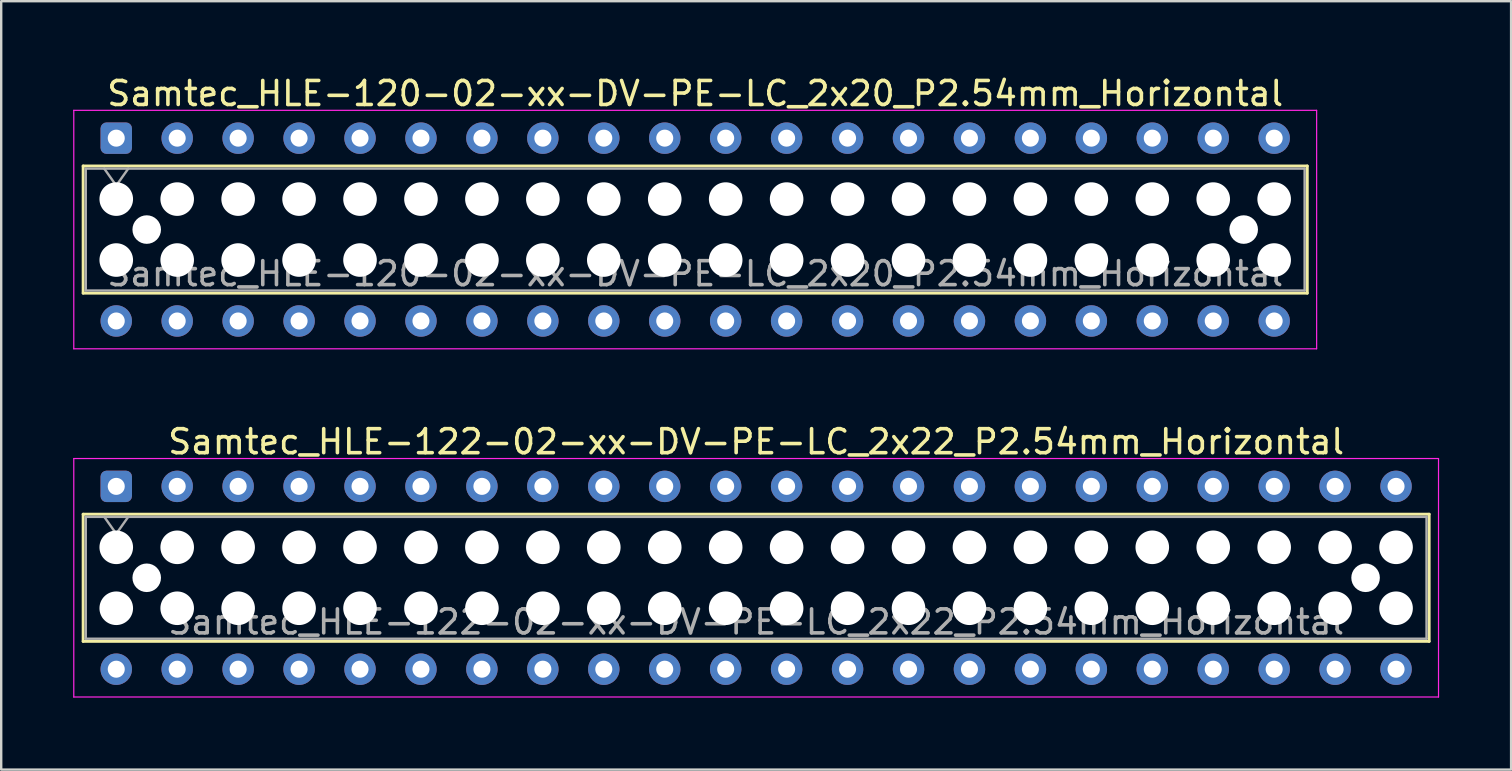
<source format=kicad_pcb>
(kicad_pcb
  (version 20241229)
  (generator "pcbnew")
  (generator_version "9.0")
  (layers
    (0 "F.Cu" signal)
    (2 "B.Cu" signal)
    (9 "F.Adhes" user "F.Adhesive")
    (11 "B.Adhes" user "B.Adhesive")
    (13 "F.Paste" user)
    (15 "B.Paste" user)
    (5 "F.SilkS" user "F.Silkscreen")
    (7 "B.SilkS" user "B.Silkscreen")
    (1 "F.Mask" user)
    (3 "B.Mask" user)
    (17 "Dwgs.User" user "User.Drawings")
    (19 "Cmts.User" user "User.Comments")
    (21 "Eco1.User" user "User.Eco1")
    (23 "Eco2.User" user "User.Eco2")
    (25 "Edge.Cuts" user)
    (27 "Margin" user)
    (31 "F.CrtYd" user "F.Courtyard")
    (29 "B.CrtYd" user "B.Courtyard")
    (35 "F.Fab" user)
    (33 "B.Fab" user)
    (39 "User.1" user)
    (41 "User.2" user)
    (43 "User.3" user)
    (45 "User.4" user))
  (footprint "Samtec_HLE-122-02-xx-DV-PE-LC_2x22_P2.54mm_Horizontal"
    (layer "F.Cu")
    (at 1.795 17.221)
    (property "Reference" "Samtec_HLE-122-02-xx-DV-PE-LC_2x22_P2.54mm_Horizontal" (at 26.67 -1.86 0) (layer "F.SilkS") (effects (font (size 1 1) (thickness 0.15))))
    (attr through_hole)
    (fp_line (start -1.38 1.16) (end 54.72 1.16) (stroke (width 0.12) (type solid)) (layer "F.SilkS"))
    (fp_line (start -1.38 6.46) (end -1.38 1.16) (stroke (width 0.12) (type solid)) (layer "F.SilkS"))
    (fp_line (start 54.72 1.16) (end 54.72 6.46) (stroke (width 0.12) (type solid)) (layer "F.SilkS"))
    (fp_line (start 54.72 6.46) (end -1.38 6.46) (stroke (width 0.12) (type solid)) (layer "F.SilkS"))
    (fp_line (start -1.77 -1.16) (end 55.11 -1.16) (stroke (width 0.05) (type solid)) (layer "F.CrtYd"))
    (fp_line (start -1.77 8.78) (end -1.77 -1.16) (stroke (width 0.05) (type solid)) (layer "F.CrtYd"))
    (fp_line (start 55.11 -1.16) (end 55.11 8.78) (stroke (width 0.05) (type solid)) (layer "F.CrtYd"))
    (fp_line (start 55.11 8.78) (end -1.77 8.78) (stroke (width 0.05) (type solid)) (layer "F.CrtYd"))
    (fp_line (start -1.27 1.27) (end 54.61 1.27) (stroke (width 0.1) (type solid)) (layer "F.Fab"))
    (fp_line (start -1.27 6.35) (end -1.27 1.27) (stroke (width 0.1) (type solid)) (layer "F.Fab"))
    (fp_line (start -0.5 1.27) (end 0 1.977) (stroke (width 0.1) (type solid)) (layer "F.Fab"))
    (fp_line (start 0 1.977) (end 0.5 1.27) (stroke (width 0.1) (type solid)) (layer "F.Fab"))
    (fp_line (start 54.61 1.27) (end 54.61 6.35) (stroke (width 0.1) (type solid)) (layer "F.Fab"))
    (fp_line (start 54.61 6.35) (end -1.27 6.35) (stroke (width 0.1) (type solid)) (layer "F.Fab"))
    (fp_text user "${REFERENCE}" (at 26.67 5.65 0) (layer "F.Fab") (effects (font (size 1 1) (thickness 0.15))))
    (pad "" np_thru_hole circle (at 0 2.54) (size 1.4 1.4) (drill 1.4) (layers "*.Cu" "*.Mask"))
    (pad "" np_thru_hole circle (at 0 5.08) (size 1.4 1.4) (drill 1.4) (layers "*.Cu" "*.Mask"))
    (pad "" np_thru_hole circle (at 1.27 3.81) (size 1.19 1.19) (drill 1.19) (layers "*.Cu" "*.Mask"))
    (pad "" np_thru_hole circle (at 2.54 2.54) (size 1.4 1.4) (drill 1.4) (layers "*.Cu" "*.Mask"))
    (pad "" np_thru_hole circle (at 2.54 5.08) (size 1.4 1.4) (drill 1.4) (layers "*.Cu" "*.Mask"))
    (pad "" np_thru_hole circle (at 5.08 2.54) (size 1.4 1.4) (drill 1.4) (layers "*.Cu" "*.Mask"))
    (pad "" np_thru_hole circle (at 5.08 5.08) (size 1.4 1.4) (drill 1.4) (layers "*.Cu" "*.Mask"))
    (pad "" np_thru_hole circle (at 7.62 2.54) (size 1.4 1.4) (drill 1.4) (layers "*.Cu" "*.Mask"))
    (pad "" np_thru_hole circle (at 7.62 5.08) (size 1.4 1.4) (drill 1.4) (layers "*.Cu" "*.Mask"))
    (pad "" np_thru_hole circle (at 10.16 2.54) (size 1.4 1.4) (drill 1.4) (layers "*.Cu" "*.Mask"))
    (pad "" np_thru_hole circle (at 10.16 5.08) (size 1.4 1.4) (drill 1.4) (layers "*.Cu" "*.Mask"))
    (pad "" np_thru_hole circle (at 12.7 2.54) (size 1.4 1.4) (drill 1.4) (layers "*.Cu" "*.Mask"))
    (pad "" np_thru_hole circle (at 12.7 5.08) (size 1.4 1.4) (drill 1.4) (layers "*.Cu" "*.Mask"))
    (pad "" np_thru_hole circle (at 15.24 2.54) (size 1.4 1.4) (drill 1.4) (layers "*.Cu" "*.Mask"))
    (pad "" np_thru_hole circle (at 15.24 5.08) (size 1.4 1.4) (drill 1.4) (layers "*.Cu" "*.Mask"))
    (pad "" np_thru_hole circle (at 17.78 2.54) (size 1.4 1.4) (drill 1.4) (layers "*.Cu" "*.Mask"))
    (pad "" np_thru_hole circle (at 17.78 5.08) (size 1.4 1.4) (drill 1.4) (layers "*.Cu" "*.Mask"))
    (pad "" np_thru_hole circle (at 20.32 2.54) (size 1.4 1.4) (drill 1.4) (layers "*.Cu" "*.Mask"))
    (pad "" np_thru_hole circle (at 20.32 5.08) (size 1.4 1.4) (drill 1.4) (layers "*.Cu" "*.Mask"))
    (pad "" np_thru_hole circle (at 22.86 2.54) (size 1.4 1.4) (drill 1.4) (layers "*.Cu" "*.Mask"))
    (pad "" np_thru_hole circle (at 22.86 5.08) (size 1.4 1.4) (drill 1.4) (layers "*.Cu" "*.Mask"))
    (pad "" np_thru_hole circle (at 25.4 2.54) (size 1.4 1.4) (drill 1.4) (layers "*.Cu" "*.Mask"))
    (pad "" np_thru_hole circle (at 25.4 5.08) (size 1.4 1.4) (drill 1.4) (layers "*.Cu" "*.Mask"))
    (pad "" np_thru_hole circle (at 27.94 2.54) (size 1.4 1.4) (drill 1.4) (layers "*.Cu" "*.Mask"))
    (pad "" np_thru_hole circle (at 27.94 5.08) (size 1.4 1.4) (drill 1.4) (layers "*.Cu" "*.Mask"))
    (pad "" np_thru_hole circle (at 30.48 2.54) (size 1.4 1.4) (drill 1.4) (layers "*.Cu" "*.Mask"))
    (pad "" np_thru_hole circle (at 30.48 5.08) (size 1.4 1.4) (drill 1.4) (layers "*.Cu" "*.Mask"))
    (pad "" np_thru_hole circle (at 33.02 2.54) (size 1.4 1.4) (drill 1.4) (layers "*.Cu" "*.Mask"))
    (pad "" np_thru_hole circle (at 33.02 5.08) (size 1.4 1.4) (drill 1.4) (layers "*.Cu" "*.Mask"))
    (pad "" np_thru_hole circle (at 35.56 2.54) (size 1.4 1.4) (drill 1.4) (layers "*.Cu" "*.Mask"))
    (pad "" np_thru_hole circle (at 35.56 5.08) (size 1.4 1.4) (drill 1.4) (layers "*.Cu" "*.Mask"))
    (pad "" np_thru_hole circle (at 38.1 2.54) (size 1.4 1.4) (drill 1.4) (layers "*.Cu" "*.Mask"))
    (pad "" np_thru_hole circle (at 38.1 5.08) (size 1.4 1.4) (drill 1.4) (layers "*.Cu" "*.Mask"))
    (pad "" np_thru_hole circle (at 40.64 2.54) (size 1.4 1.4) (drill 1.4) (layers "*.Cu" "*.Mask"))
    (pad "" np_thru_hole circle (at 40.64 5.08) (size 1.4 1.4) (drill 1.4) (layers "*.Cu" "*.Mask"))
    (pad "" np_thru_hole circle (at 43.18 2.54) (size 1.4 1.4) (drill 1.4) (layers "*.Cu" "*.Mask"))
    (pad "" np_thru_hole circle (at 43.18 5.08) (size 1.4 1.4) (drill 1.4) (layers "*.Cu" "*.Mask"))
    (pad "" np_thru_hole circle (at 45.72 2.54) (size 1.4 1.4) (drill 1.4) (layers "*.Cu" "*.Mask"))
    (pad "" np_thru_hole circle (at 45.72 5.08) (size 1.4 1.4) (drill 1.4) (layers "*.Cu" "*.Mask"))
    (pad "" np_thru_hole circle (at 48.26 2.54) (size 1.4 1.4) (drill 1.4) (layers "*.Cu" "*.Mask"))
    (pad "" np_thru_hole circle (at 48.26 5.08) (size 1.4 1.4) (drill 1.4) (layers "*.Cu" "*.Mask"))
    (pad "" np_thru_hole circle (at 50.8 2.54) (size 1.4 1.4) (drill 1.4) (layers "*.Cu" "*.Mask"))
    (pad "" np_thru_hole circle (at 50.8 5.08) (size 1.4 1.4) (drill 1.4) (layers "*.Cu" "*.Mask"))
    (pad "" np_thru_hole circle (at 52.07 3.81) (size 1.19 1.19) (drill 1.19) (layers "*.Cu" "*.Mask"))
    (pad "" np_thru_hole circle (at 53.34 2.54) (size 1.4 1.4) (drill 1.4) (layers "*.Cu" "*.Mask"))
    (pad "" np_thru_hole circle (at 53.34 5.08) (size 1.4 1.4) (drill 1.4) (layers "*.Cu" "*.Mask"))
    (pad "1" thru_hole roundrect (at 0 0) (size 1.31 1.31) (drill 0.71) (layers "*.Cu" "*.Mask") (roundrect_rratio 0.191))
    (pad "2" thru_hole circle (at 0 7.62) (size 1.31 1.31) (drill 0.71) (layers "*.Cu" "*.Mask"))
    (pad "3" thru_hole circle (at 2.54 0) (size 1.31 1.31) (drill 0.71) (layers "*.Cu" "*.Mask"))
    (pad "4" thru_hole circle (at 2.54 7.62) (size 1.31 1.31) (drill 0.71) (layers "*.Cu" "*.Mask"))
    (pad "5" thru_hole circle (at 5.08 0) (size 1.31 1.31) (drill 0.71) (layers "*.Cu" "*.Mask"))
    (pad "6" thru_hole circle (at 5.08 7.62) (size 1.31 1.31) (drill 0.71) (layers "*.Cu" "*.Mask"))
    (pad "7" thru_hole circle (at 7.62 0) (size 1.31 1.31) (drill 0.71) (layers "*.Cu" "*.Mask"))
    (pad "8" thru_hole circle (at 7.62 7.62) (size 1.31 1.31) (drill 0.71) (layers "*.Cu" "*.Mask"))
    (pad "9" thru_hole circle (at 10.16 0) (size 1.31 1.31) (drill 0.71) (layers "*.Cu" "*.Mask"))
    (pad "10" thru_hole circle (at 10.16 7.62) (size 1.31 1.31) (drill 0.71) (layers "*.Cu" "*.Mask"))
    (pad "11" thru_hole circle (at 12.7 0) (size 1.31 1.31) (drill 0.71) (layers "*.Cu" "*.Mask"))
    (pad "12" thru_hole circle (at 12.7 7.62) (size 1.31 1.31) (drill 0.71) (layers "*.Cu" "*.Mask"))
    (pad "13" thru_hole circle (at 15.24 0) (size 1.31 1.31) (drill 0.71) (layers "*.Cu" "*.Mask"))
    (pad "14" thru_hole circle (at 15.24 7.62) (size 1.31 1.31) (drill 0.71) (layers "*.Cu" "*.Mask"))
    (pad "15" thru_hole circle (at 17.78 0) (size 1.31 1.31) (drill 0.71) (layers "*.Cu" "*.Mask"))
    (pad "16" thru_hole circle (at 17.78 7.62) (size 1.31 1.31) (drill 0.71) (layers "*.Cu" "*.Mask"))
    (pad "17" thru_hole circle (at 20.32 0) (size 1.31 1.31) (drill 0.71) (layers "*.Cu" "*.Mask"))
    (pad "18" thru_hole circle (at 20.32 7.62) (size 1.31 1.31) (drill 0.71) (layers "*.Cu" "*.Mask"))
    (pad "19" thru_hole circle (at 22.86 0) (size 1.31 1.31) (drill 0.71) (layers "*.Cu" "*.Mask"))
    (pad "20" thru_hole circle (at 22.86 7.62) (size 1.31 1.31) (drill 0.71) (layers "*.Cu" "*.Mask"))
    (pad "21" thru_hole circle (at 25.4 0) (size 1.31 1.31) (drill 0.71) (layers "*.Cu" "*.Mask"))
    (pad "22" thru_hole circle (at 25.4 7.62) (size 1.31 1.31) (drill 0.71) (layers "*.Cu" "*.Mask"))
    (pad "23" thru_hole circle (at 27.94 0) (size 1.31 1.31) (drill 0.71) (layers "*.Cu" "*.Mask"))
    (pad "24" thru_hole circle (at 27.94 7.62) (size 1.31 1.31) (drill 0.71) (layers "*.Cu" "*.Mask"))
    (pad "25" thru_hole circle (at 30.48 0) (size 1.31 1.31) (drill 0.71) (layers "*.Cu" "*.Mask"))
    (pad "26" thru_hole circle (at 30.48 7.62) (size 1.31 1.31) (drill 0.71) (layers "*.Cu" "*.Mask"))
    (pad "27" thru_hole circle (at 33.02 0) (size 1.31 1.31) (drill 0.71) (layers "*.Cu" "*.Mask"))
    (pad "28" thru_hole circle (at 33.02 7.62) (size 1.31 1.31) (drill 0.71) (layers "*.Cu" "*.Mask"))
    (pad "29" thru_hole circle (at 35.56 0) (size 1.31 1.31) (drill 0.71) (layers "*.Cu" "*.Mask"))
    (pad "30" thru_hole circle (at 35.56 7.62) (size 1.31 1.31) (drill 0.71) (layers "*.Cu" "*.Mask"))
    (pad "31" thru_hole circle (at 38.1 0) (size 1.31 1.31) (drill 0.71) (layers "*.Cu" "*.Mask"))
    (pad "32" thru_hole circle (at 38.1 7.62) (size 1.31 1.31) (drill 0.71) (layers "*.Cu" "*.Mask"))
    (pad "33" thru_hole circle (at 40.64 0) (size 1.31 1.31) (drill 0.71) (layers "*.Cu" "*.Mask"))
    (pad "34" thru_hole circle (at 40.64 7.62) (size 1.31 1.31) (drill 0.71) (layers "*.Cu" "*.Mask"))
    (pad "35" thru_hole circle (at 43.18 0) (size 1.31 1.31) (drill 0.71) (layers "*.Cu" "*.Mask"))
    (pad "36" thru_hole circle (at 43.18 7.62) (size 1.31 1.31) (drill 0.71) (layers "*.Cu" "*.Mask"))
    (pad "37" thru_hole circle (at 45.72 0) (size 1.31 1.31) (drill 0.71) (layers "*.Cu" "*.Mask"))
    (pad "38" thru_hole circle (at 45.72 7.62) (size 1.31 1.31) (drill 0.71) (layers "*.Cu" "*.Mask"))
    (pad "39" thru_hole circle (at 48.26 0) (size 1.31 1.31) (drill 0.71) (layers "*.Cu" "*.Mask"))
    (pad "40" thru_hole circle (at 48.26 7.62) (size 1.31 1.31) (drill 0.71) (layers "*.Cu" "*.Mask"))
    (pad "41" thru_hole circle (at 50.8 0) (size 1.31 1.31) (drill 0.71) (layers "*.Cu" "*.Mask"))
    (pad "42" thru_hole circle (at 50.8 7.62) (size 1.31 1.31) (drill 0.71) (layers "*.Cu" "*.Mask"))
    (pad "43" thru_hole circle (at 53.34 0) (size 1.31 1.31) (drill 0.71) (layers "*.Cu" "*.Mask"))
    (pad "44" thru_hole circle (at 53.34 7.62) (size 1.31 1.31) (drill 0.71) (layers "*.Cu" "*.Mask")))
  (footprint "Samtec_HLE-120-02-xx-DV-PE-LC_2x20_P2.54mm_Horizontal"
    (layer "F.Cu")
    (at 1.795 2.708)
    (property "Reference" "Samtec_HLE-120-02-xx-DV-PE-LC_2x20_P2.54mm_Horizontal" (at 24.13 -1.86 0) (layer "F.SilkS") (effects (font (size 1 1) (thickness 0.15))))
    (attr through_hole)
    (fp_line (start -1.38 1.16) (end 49.64 1.16) (stroke (width 0.12) (type solid)) (layer "F.SilkS"))
    (fp_line (start -1.38 6.46) (end -1.38 1.16) (stroke (width 0.12) (type solid)) (layer "F.SilkS"))
    (fp_line (start 49.64 1.16) (end 49.64 6.46) (stroke (width 0.12) (type solid)) (layer "F.SilkS"))
    (fp_line (start 49.64 6.46) (end -1.38 6.46) (stroke (width 0.12) (type solid)) (layer "F.SilkS"))
    (fp_line (start -1.77 -1.16) (end 50.03 -1.16) (stroke (width 0.05) (type solid)) (layer "F.CrtYd"))
    (fp_line (start -1.77 8.78) (end -1.77 -1.16) (stroke (width 0.05) (type solid)) (layer "F.CrtYd"))
    (fp_line (start 50.03 -1.16) (end 50.03 8.78) (stroke (width 0.05) (type solid)) (layer "F.CrtYd"))
    (fp_line (start 50.03 8.78) (end -1.77 8.78) (stroke (width 0.05) (type solid)) (layer "F.CrtYd"))
    (fp_line (start -1.27 1.27) (end 49.53 1.27) (stroke (width 0.1) (type solid)) (layer "F.Fab"))
    (fp_line (start -1.27 6.35) (end -1.27 1.27) (stroke (width 0.1) (type solid)) (layer "F.Fab"))
    (fp_line (start -0.5 1.27) (end 0 1.977) (stroke (width 0.1) (type solid)) (layer "F.Fab"))
    (fp_line (start 0 1.977) (end 0.5 1.27) (stroke (width 0.1) (type solid)) (layer "F.Fab"))
    (fp_line (start 49.53 1.27) (end 49.53 6.35) (stroke (width 0.1) (type solid)) (layer "F.Fab"))
    (fp_line (start 49.53 6.35) (end -1.27 6.35) (stroke (width 0.1) (type solid)) (layer "F.Fab"))
    (fp_text user "${REFERENCE}" (at 24.13 5.65 0) (layer "F.Fab") (effects (font (size 1 1) (thickness 0.15))))
    (pad "" np_thru_hole circle (at 0 2.54) (size 1.4 1.4) (drill 1.4) (layers "*.Cu" "*.Mask"))
    (pad "" np_thru_hole circle (at 0 5.08) (size 1.4 1.4) (drill 1.4) (layers "*.Cu" "*.Mask"))
    (pad "" np_thru_hole circle (at 1.27 3.81) (size 1.19 1.19) (drill 1.19) (layers "*.Cu" "*.Mask"))
    (pad "" np_thru_hole circle (at 2.54 2.54) (size 1.4 1.4) (drill 1.4) (layers "*.Cu" "*.Mask"))
    (pad "" np_thru_hole circle (at 2.54 5.08) (size 1.4 1.4) (drill 1.4) (layers "*.Cu" "*.Mask"))
    (pad "" np_thru_hole circle (at 5.08 2.54) (size 1.4 1.4) (drill 1.4) (layers "*.Cu" "*.Mask"))
    (pad "" np_thru_hole circle (at 5.08 5.08) (size 1.4 1.4) (drill 1.4) (layers "*.Cu" "*.Mask"))
    (pad "" np_thru_hole circle (at 7.62 2.54) (size 1.4 1.4) (drill 1.4) (layers "*.Cu" "*.Mask"))
    (pad "" np_thru_hole circle (at 7.62 5.08) (size 1.4 1.4) (drill 1.4) (layers "*.Cu" "*.Mask"))
    (pad "" np_thru_hole circle (at 10.16 2.54) (size 1.4 1.4) (drill 1.4) (layers "*.Cu" "*.Mask"))
    (pad "" np_thru_hole circle (at 10.16 5.08) (size 1.4 1.4) (drill 1.4) (layers "*.Cu" "*.Mask"))
    (pad "" np_thru_hole circle (at 12.7 2.54) (size 1.4 1.4) (drill 1.4) (layers "*.Cu" "*.Mask"))
    (pad "" np_thru_hole circle (at 12.7 5.08) (size 1.4 1.4) (drill 1.4) (layers "*.Cu" "*.Mask"))
    (pad "" np_thru_hole circle (at 15.24 2.54) (size 1.4 1.4) (drill 1.4) (layers "*.Cu" "*.Mask"))
    (pad "" np_thru_hole circle (at 15.24 5.08) (size 1.4 1.4) (drill 1.4) (layers "*.Cu" "*.Mask"))
    (pad "" np_thru_hole circle (at 17.78 2.54) (size 1.4 1.4) (drill 1.4) (layers "*.Cu" "*.Mask"))
    (pad "" np_thru_hole circle (at 17.78 5.08) (size 1.4 1.4) (drill 1.4) (layers "*.Cu" "*.Mask"))
    (pad "" np_thru_hole circle (at 20.32 2.54) (size 1.4 1.4) (drill 1.4) (layers "*.Cu" "*.Mask"))
    (pad "" np_thru_hole circle (at 20.32 5.08) (size 1.4 1.4) (drill 1.4) (layers "*.Cu" "*.Mask"))
    (pad "" np_thru_hole circle (at 22.86 2.54) (size 1.4 1.4) (drill 1.4) (layers "*.Cu" "*.Mask"))
    (pad "" np_thru_hole circle (at 22.86 5.08) (size 1.4 1.4) (drill 1.4) (layers "*.Cu" "*.Mask"))
    (pad "" np_thru_hole circle (at 25.4 2.54) (size 1.4 1.4) (drill 1.4) (layers "*.Cu" "*.Mask"))
    (pad "" np_thru_hole circle (at 25.4 5.08) (size 1.4 1.4) (drill 1.4) (layers "*.Cu" "*.Mask"))
    (pad "" np_thru_hole circle (at 27.94 2.54) (size 1.4 1.4) (drill 1.4) (layers "*.Cu" "*.Mask"))
    (pad "" np_thru_hole circle (at 27.94 5.08) (size 1.4 1.4) (drill 1.4) (layers "*.Cu" "*.Mask"))
    (pad "" np_thru_hole circle (at 30.48 2.54) (size 1.4 1.4) (drill 1.4) (layers "*.Cu" "*.Mask"))
    (pad "" np_thru_hole circle (at 30.48 5.08) (size 1.4 1.4) (drill 1.4) (layers "*.Cu" "*.Mask"))
    (pad "" np_thru_hole circle (at 33.02 2.54) (size 1.4 1.4) (drill 1.4) (layers "*.Cu" "*.Mask"))
    (pad "" np_thru_hole circle (at 33.02 5.08) (size 1.4 1.4) (drill 1.4) (layers "*.Cu" "*.Mask"))
    (pad "" np_thru_hole circle (at 35.56 2.54) (size 1.4 1.4) (drill 1.4) (layers "*.Cu" "*.Mask"))
    (pad "" np_thru_hole circle (at 35.56 5.08) (size 1.4 1.4) (drill 1.4) (layers "*.Cu" "*.Mask"))
    (pad "" np_thru_hole circle (at 38.1 2.54) (size 1.4 1.4) (drill 1.4) (layers "*.Cu" "*.Mask"))
    (pad "" np_thru_hole circle (at 38.1 5.08) (size 1.4 1.4) (drill 1.4) (layers "*.Cu" "*.Mask"))
    (pad "" np_thru_hole circle (at 40.64 2.54) (size 1.4 1.4) (drill 1.4) (layers "*.Cu" "*.Mask"))
    (pad "" np_thru_hole circle (at 40.64 5.08) (size 1.4 1.4) (drill 1.4) (layers "*.Cu" "*.Mask"))
    (pad "" np_thru_hole circle (at 43.18 2.54) (size 1.4 1.4) (drill 1.4) (layers "*.Cu" "*.Mask"))
    (pad "" np_thru_hole circle (at 43.18 5.08) (size 1.4 1.4) (drill 1.4) (layers "*.Cu" "*.Mask"))
    (pad "" np_thru_hole circle (at 45.72 2.54) (size 1.4 1.4) (drill 1.4) (layers "*.Cu" "*.Mask"))
    (pad "" np_thru_hole circle (at 45.72 5.08) (size 1.4 1.4) (drill 1.4) (layers "*.Cu" "*.Mask"))
    (pad "" np_thru_hole circle (at 46.99 3.81) (size 1.19 1.19) (drill 1.19) (layers "*.Cu" "*.Mask"))
    (pad "" np_thru_hole circle (at 48.26 2.54) (size 1.4 1.4) (drill 1.4) (layers "*.Cu" "*.Mask"))
    (pad "" np_thru_hole circle (at 48.26 5.08) (size 1.4 1.4) (drill 1.4) (layers "*.Cu" "*.Mask"))
    (pad "1" thru_hole roundrect (at 0 0) (size 1.31 1.31) (drill 0.71) (layers "*.Cu" "*.Mask") (roundrect_rratio 0.191))
    (pad "2" thru_hole circle (at 0 7.62) (size 1.31 1.31) (drill 0.71) (layers "*.Cu" "*.Mask"))
    (pad "3" thru_hole circle (at 2.54 0) (size 1.31 1.31) (drill 0.71) (layers "*.Cu" "*.Mask"))
    (pad "4" thru_hole circle (at 2.54 7.62) (size 1.31 1.31) (drill 0.71) (layers "*.Cu" "*.Mask"))
    (pad "5" thru_hole circle (at 5.08 0) (size 1.31 1.31) (drill 0.71) (layers "*.Cu" "*.Mask"))
    (pad "6" thru_hole circle (at 5.08 7.62) (size 1.31 1.31) (drill 0.71) (layers "*.Cu" "*.Mask"))
    (pad "7" thru_hole circle (at 7.62 0) (size 1.31 1.31) (drill 0.71) (layers "*.Cu" "*.Mask"))
    (pad "8" thru_hole circle (at 7.62 7.62) (size 1.31 1.31) (drill 0.71) (layers "*.Cu" "*.Mask"))
    (pad "9" thru_hole circle (at 10.16 0) (size 1.31 1.31) (drill 0.71) (layers "*.Cu" "*.Mask"))
    (pad "10" thru_hole circle (at 10.16 7.62) (size 1.31 1.31) (drill 0.71) (layers "*.Cu" "*.Mask"))
    (pad "11" thru_hole circle (at 12.7 0) (size 1.31 1.31) (drill 0.71) (layers "*.Cu" "*.Mask"))
    (pad "12" thru_hole circle (at 12.7 7.62) (size 1.31 1.31) (drill 0.71) (layers "*.Cu" "*.Mask"))
    (pad "13" thru_hole circle (at 15.24 0) (size 1.31 1.31) (drill 0.71) (layers "*.Cu" "*.Mask"))
    (pad "14" thru_hole circle (at 15.24 7.62) (size 1.31 1.31) (drill 0.71) (layers "*.Cu" "*.Mask"))
    (pad "15" thru_hole circle (at 17.78 0) (size 1.31 1.31) (drill 0.71) (layers "*.Cu" "*.Mask"))
    (pad "16" thru_hole circle (at 17.78 7.62) (size 1.31 1.31) (drill 0.71) (layers "*.Cu" "*.Mask"))
    (pad "17" thru_hole circle (at 20.32 0) (size 1.31 1.31) (drill 0.71) (layers "*.Cu" "*.Mask"))
    (pad "18" thru_hole circle (at 20.32 7.62) (size 1.31 1.31) (drill 0.71) (layers "*.Cu" "*.Mask"))
    (pad "19" thru_hole circle (at 22.86 0) (size 1.31 1.31) (drill 0.71) (layers "*.Cu" "*.Mask"))
    (pad "20" thru_hole circle (at 22.86 7.62) (size 1.31 1.31) (drill 0.71) (layers "*.Cu" "*.Mask"))
    (pad "21" thru_hole circle (at 25.4 0) (size 1.31 1.31) (drill 0.71) (layers "*.Cu" "*.Mask"))
    (pad "22" thru_hole circle (at 25.4 7.62) (size 1.31 1.31) (drill 0.71) (layers "*.Cu" "*.Mask"))
    (pad "23" thru_hole circle (at 27.94 0) (size 1.31 1.31) (drill 0.71) (layers "*.Cu" "*.Mask"))
    (pad "24" thru_hole circle (at 27.94 7.62) (size 1.31 1.31) (drill 0.71) (layers "*.Cu" "*.Mask"))
    (pad "25" thru_hole circle (at 30.48 0) (size 1.31 1.31) (drill 0.71) (layers "*.Cu" "*.Mask"))
    (pad "26" thru_hole circle (at 30.48 7.62) (size 1.31 1.31) (drill 0.71) (layers "*.Cu" "*.Mask"))
    (pad "27" thru_hole circle (at 33.02 0) (size 1.31 1.31) (drill 0.71) (layers "*.Cu" "*.Mask"))
    (pad "28" thru_hole circle (at 33.02 7.62) (size 1.31 1.31) (drill 0.71) (layers "*.Cu" "*.Mask"))
    (pad "29" thru_hole circle (at 35.56 0) (size 1.31 1.31) (drill 0.71) (layers "*.Cu" "*.Mask"))
    (pad "30" thru_hole circle (at 35.56 7.62) (size 1.31 1.31) (drill 0.71) (layers "*.Cu" "*.Mask"))
    (pad "31" thru_hole circle (at 38.1 0) (size 1.31 1.31) (drill 0.71) (layers "*.Cu" "*.Mask"))
    (pad "32" thru_hole circle (at 38.1 7.62) (size 1.31 1.31) (drill 0.71) (layers "*.Cu" "*.Mask"))
    (pad "33" thru_hole circle (at 40.64 0) (size 1.31 1.31) (drill 0.71) (layers "*.Cu" "*.Mask"))
    (pad "34" thru_hole circle (at 40.64 7.62) (size 1.31 1.31) (drill 0.71) (layers "*.Cu" "*.Mask"))
    (pad "35" thru_hole circle (at 43.18 0) (size 1.31 1.31) (drill 0.71) (layers "*.Cu" "*.Mask"))
    (pad "36" thru_hole circle (at 43.18 7.62) (size 1.31 1.31) (drill 0.71) (layers "*.Cu" "*.Mask"))
    (pad "37" thru_hole circle (at 45.72 0) (size 1.31 1.31) (drill 0.71) (layers "*.Cu" "*.Mask"))
    (pad "38" thru_hole circle (at 45.72 7.62) (size 1.31 1.31) (drill 0.71) (layers "*.Cu" "*.Mask"))
    (pad "39" thru_hole circle (at 48.26 0) (size 1.31 1.31) (drill 0.71) (layers "*.Cu" "*.Mask"))
    (pad "40" thru_hole circle (at 48.26 7.62) (size 1.31 1.31) (drill 0.71) (layers "*.Cu" "*.Mask")))
  (gr_rect
    (start -3 -3)
    (end 59.93 29.026)
    (stroke (width 0.1) (type default))
    (fill no)
    (layer "Edge.Cuts")))
</source>
